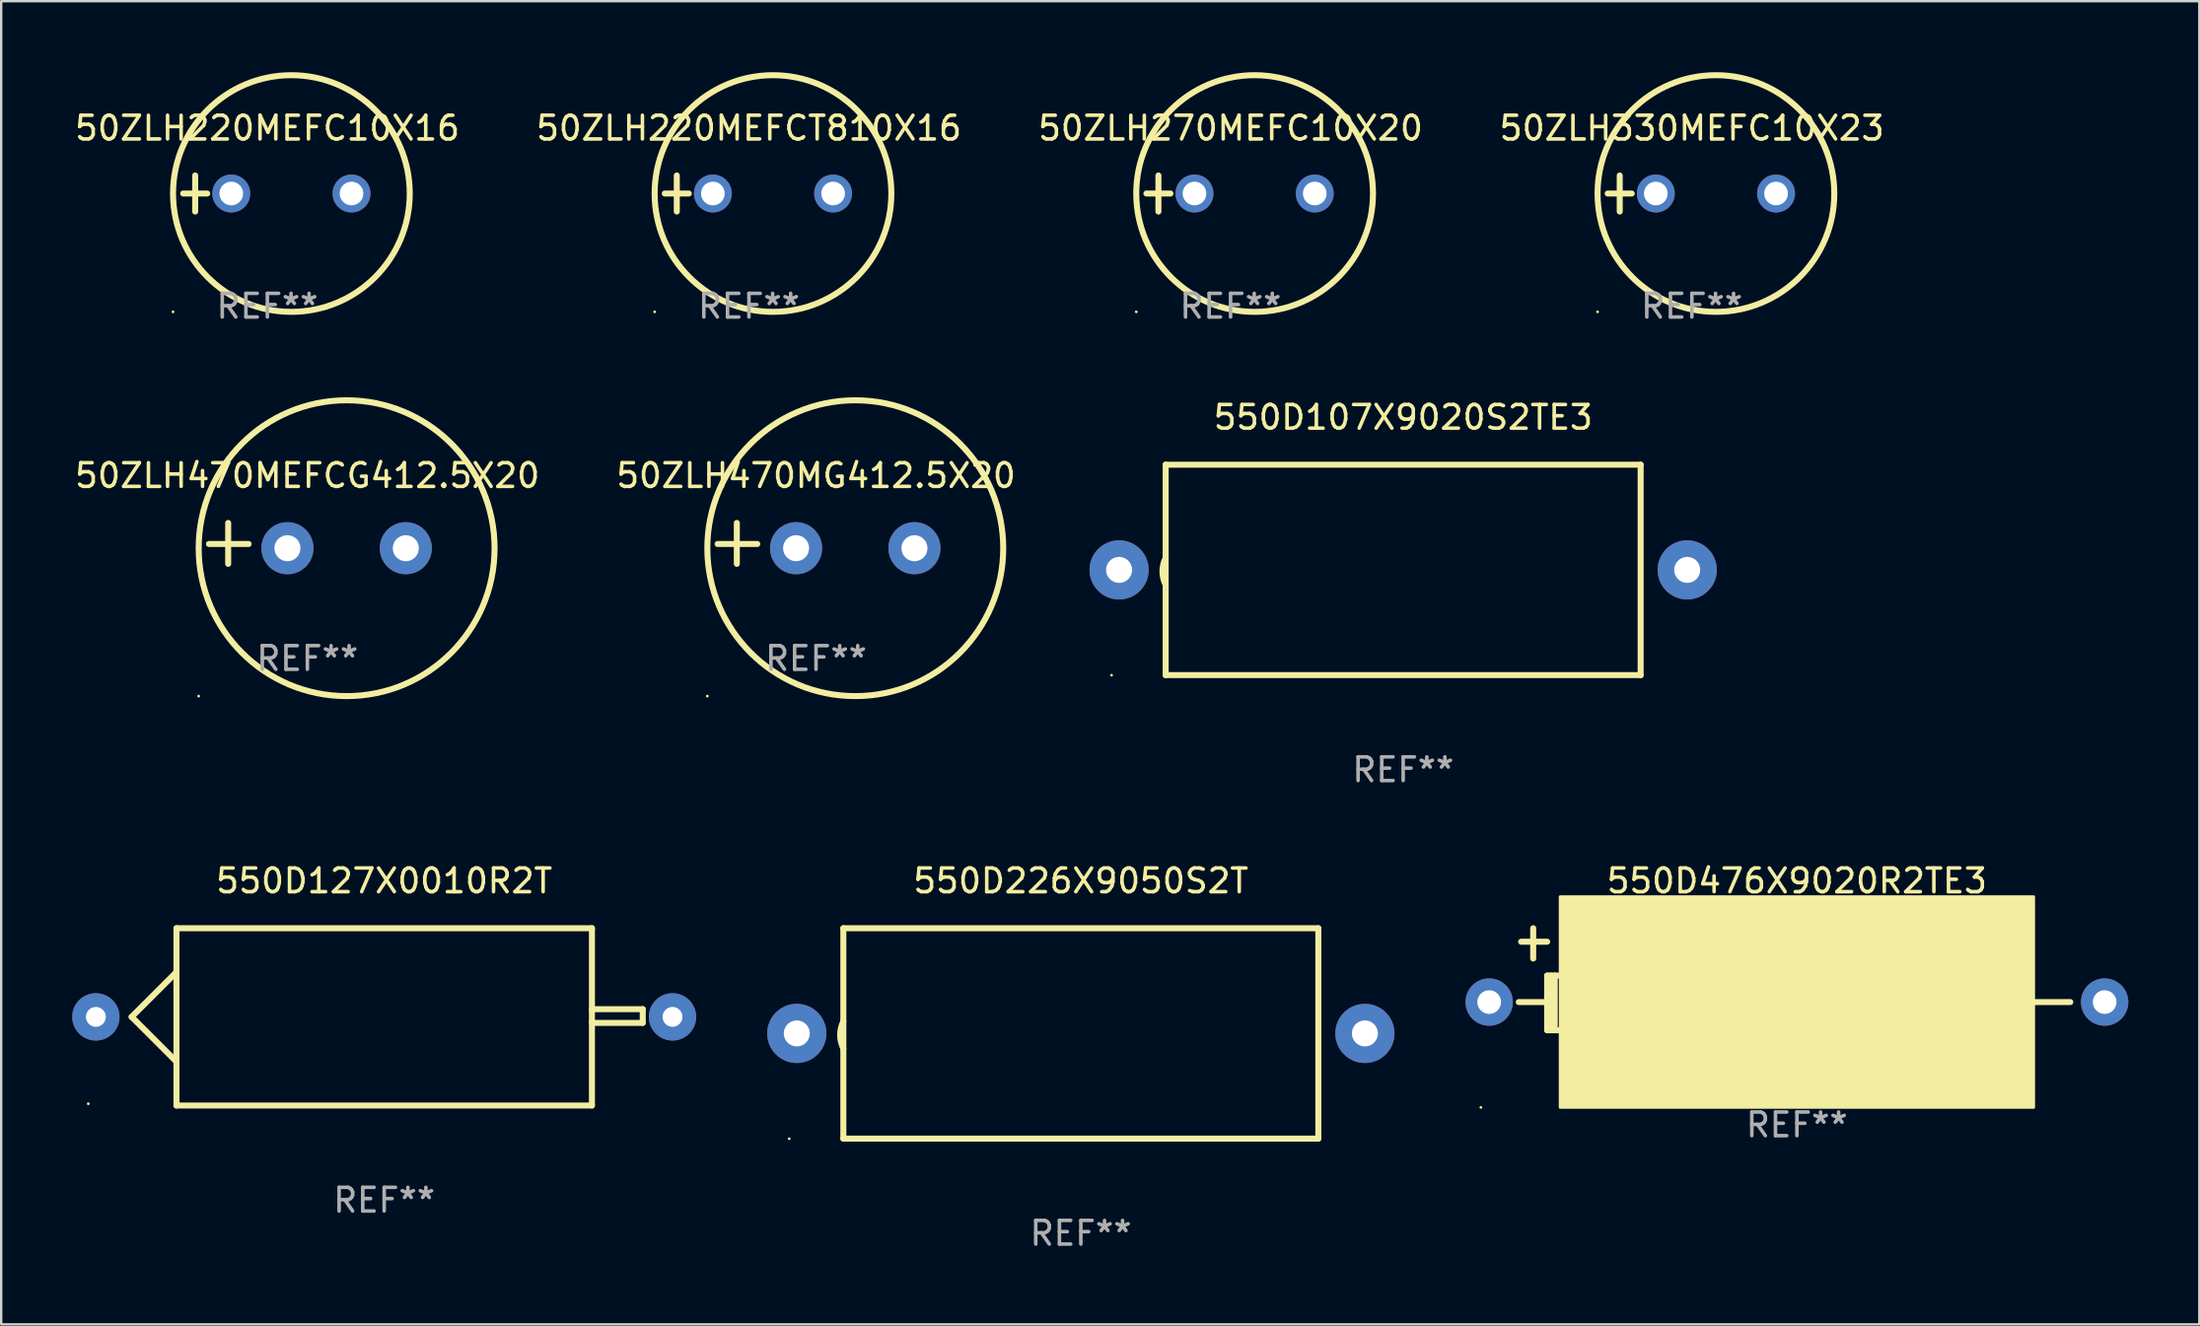
<source format=kicad_pcb>
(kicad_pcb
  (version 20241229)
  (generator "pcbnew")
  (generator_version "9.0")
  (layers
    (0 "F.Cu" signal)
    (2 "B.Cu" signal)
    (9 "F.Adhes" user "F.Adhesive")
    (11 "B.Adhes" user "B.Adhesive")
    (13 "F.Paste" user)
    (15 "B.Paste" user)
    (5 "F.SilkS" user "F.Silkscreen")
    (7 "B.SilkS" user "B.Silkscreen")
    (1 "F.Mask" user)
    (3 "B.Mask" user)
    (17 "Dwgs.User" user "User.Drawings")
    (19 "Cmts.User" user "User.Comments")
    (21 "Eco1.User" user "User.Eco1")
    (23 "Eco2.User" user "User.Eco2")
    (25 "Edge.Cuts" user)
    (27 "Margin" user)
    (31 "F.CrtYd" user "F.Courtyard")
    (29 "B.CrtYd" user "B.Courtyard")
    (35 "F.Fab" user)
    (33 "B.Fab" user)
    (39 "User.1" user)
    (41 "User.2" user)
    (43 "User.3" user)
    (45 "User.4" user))
  (footprint "50ZLH470MEFCG412.5X20"
    (layer "F.Cu")
    (at 9.935 19.911)
    (property "Reference" "50ZLH470MEFCG412.5X20" (at 0 -2.864 0) (layer "F.SilkS") (effects (font (size 1 1) (thickness 0.15))))
    (attr through_hole)
    (fp_line (start -3.346 0.864) (end -3.346 -0.864) (stroke (width 0.254) (type solid)) (layer "F.SilkS"))
    (fp_line (start -2.482 0.025) (end -4.158 0.025) (stroke (width 0.254) (type solid)) (layer "F.SilkS"))
    (fp_circle (center -4.592 6.453) (end -4.562 6.453) (stroke (width 0.06) (type solid)) (fill no) (layer "F.SilkS"))
    (fp_circle (center 1.658 0.203) (end 7.908 0.203) (stroke (width 0.254) (type solid)) (fill no) (layer "F.SilkS"))
    (fp_text user "REF**" (at 0 4.864 0) (layer "F.Fab") (effects (font (size 1 1) (thickness 0.15))))
    (pad "1" thru_hole circle (at -0.842 0.203) (size 2.2 2.2) (drill 1.1) (layers "*.Cu" "*.Mask"))
    (pad "2" thru_hole circle (at 4.158 0.203) (size 2.2 2.2) (drill 1.1) (layers "*.Cu" "*.Mask")))
  (footprint "50ZLH220MEFC10X16"
    (layer "F.Cu")
    (at 8.244 5.127)
    (property "Reference" "50ZLH220MEFC10X16" (at 0 -2.762 0) (layer "F.SilkS") (effects (font (size 1 1) (thickness 0.15))))
    (attr through_hole)
    (fp_line (start -3.556 0) (end -2.54 0) (stroke (width 0.254) (type solid)) (layer "F.SilkS"))
    (fp_line (start -3.048 -0.762) (end -3.048 0.762) (stroke (width 0.254) (type solid)) (layer "F.SilkS"))
    (fp_circle (center -3.984 5) (end -3.954 5) (stroke (width 0.06) (type solid)) (fill no) (layer "F.SilkS"))
    (fp_circle (center 1.016 0) (end 6.016 0) (stroke (width 0.254) (type solid)) (fill no) (layer "F.SilkS"))
    (fp_text user "REF**" (at 0 4.762 0) (layer "F.Fab") (effects (font (size 1 1) (thickness 0.15))))
    (pad "1" thru_hole circle (at -1.524 0) (size 1.6 1.6) (drill 1) (layers "*.Cu" "*.Mask"))
    (pad "2" thru_hole circle (at 3.556 0) (size 1.6 1.6) (drill 1) (layers "*.Cu" "*.Mask")))
  (footprint "50ZLH220MEFCT810X16"
    (layer "F.Cu")
    (at 28.589 5.127)
    (property "Reference" "50ZLH220MEFCT810X16" (at 0 -2.762 0) (layer "F.SilkS") (effects (font (size 1 1) (thickness 0.15))))
    (attr through_hole)
    (fp_line (start -3.556 0) (end -2.54 0) (stroke (width 0.254) (type solid)) (layer "F.SilkS"))
    (fp_line (start -3.048 -0.762) (end -3.048 0.762) (stroke (width 0.254) (type solid)) (layer "F.SilkS"))
    (fp_circle (center -3.984 5) (end -3.954 5) (stroke (width 0.06) (type solid)) (fill no) (layer "F.SilkS"))
    (fp_circle (center 1.016 0) (end 6.016 0) (stroke (width 0.254) (type solid)) (fill no) (layer "F.SilkS"))
    (fp_text user "REF**" (at 0 4.762 0) (layer "F.Fab") (effects (font (size 1 1) (thickness 0.15))))
    (pad "1" thru_hole circle (at -1.524 0) (size 1.6 1.6) (drill 1) (layers "*.Cu" "*.Mask"))
    (pad "2" thru_hole circle (at 3.556 0) (size 1.6 1.6) (drill 1) (layers "*.Cu" "*.Mask")))
  (footprint "550D226X9050S2T"
    (layer "F.Cu")
    (at 42.61 40.617)
    (property "Reference" "550D226X9050S2T" (at 0 -6.445 0) (layer "F.SilkS") (effects (font (size 1 1) (thickness 0.15))))
    (attr through_hole)
    (fp_line (start -10.033 -4.445) (end -10.033 4.445) (stroke (width 0.254) (type solid)) (layer "F.SilkS"))
    (fp_line (start -10.033 4.445) (end 10.033 4.445) (stroke (width 0.254) (type solid)) (layer "F.SilkS"))
    (fp_line (start 10.033 -4.445) (end -10.033 -4.445) (stroke (width 0.254) (type solid)) (layer "F.SilkS"))
    (fp_line (start 10.033 4.445) (end 10.033 -4.445) (stroke (width 0.254) (type solid)) (layer "F.SilkS"))
    (fp_arc (start -10.03302 0.635001) (mid -10.167933 0.0635) (end -10.03302 -0.508001) (stroke (width 0.254001) (type solid)) (layer "F.SilkS"))
    (fp_circle (center -12.32 4.45) (end -12.29 4.45) (stroke (width 0.06) (type solid)) (fill no) (layer "F.SilkS"))
    (fp_text user "REF**" (at 0 8.445 0) (layer "F.Fab") (effects (font (size 1 1) (thickness 0.15))))
    (pad "1" thru_hole circle (at -12 0) (size 2.5 2.5) (drill 1.1) (layers "*.Cu" "*.Mask"))
    (pad "2" thru_hole circle (at 12 0) (size 2.5 2.5) (drill 1.1) (layers "*.Cu" "*.Mask")))
  (footprint "550D107X9020S2TE3"
    (layer "F.Cu")
    (at 56.226 21.031)
    (property "Reference" "550D107X9020S2TE3" (at 0 -6.445 0) (layer "F.SilkS") (effects (font (size 1 1) (thickness 0.15))))
    (attr through_hole)
    (fp_line (start -10.033 -4.445) (end -10.033 4.445) (stroke (width 0.254) (type solid)) (layer "F.SilkS"))
    (fp_line (start -10.033 4.445) (end 10.033 4.445) (stroke (width 0.254) (type solid)) (layer "F.SilkS"))
    (fp_line (start 10.033 -4.445) (end -10.033 -4.445) (stroke (width 0.254) (type solid)) (layer "F.SilkS"))
    (fp_line (start 10.033 4.445) (end 10.033 -4.445) (stroke (width 0.254) (type solid)) (layer "F.SilkS"))
    (fp_arc (start -10.03302 0.635001) (mid -10.167933 0.0635) (end -10.03302 -0.508001) (stroke (width 0.254001) (type solid)) (layer "F.SilkS"))
    (fp_circle (center -12.32 4.45) (end -12.29 4.45) (stroke (width 0.06) (type solid)) (fill no) (layer "F.SilkS"))
    (fp_text user "REF**" (at 0 8.445 0) (layer "F.Fab") (effects (font (size 1 1) (thickness 0.15))))
    (pad "1" thru_hole circle (at -12 0) (size 2.5 2.5) (drill 1.1) (layers "*.Cu" "*.Mask"))
    (pad "2" thru_hole circle (at 12 0) (size 2.5 2.5) (drill 1.1) (layers "*.Cu" "*.Mask")))
  (footprint "550D127X0010R2T"
    (layer "F.Cu")
    (at 13.18 39.918)
    (property "Reference" "550D127X0010R2T" (at 0 -5.746 0) (layer "F.SilkS") (effects (font (size 1 1) (thickness 0.15))))
    (attr through_hole)
    (fp_line (start -10.668 0) (end -8.776 1.892) (stroke (width 0.254) (type solid)) (layer "F.SilkS"))
    (fp_line (start -8.821 -1.847) (end -10.668 0) (stroke (width 0.254) (type solid)) (layer "F.SilkS"))
    (fp_line (start -8.776 -1.847) (end -8.821 -1.847) (stroke (width 0.254) (type solid)) (layer "F.SilkS"))
    (fp_line (start -8.776 1.892) (end -8.776 1.943) (stroke (width 0.254) (type solid)) (layer "F.SilkS"))
    (fp_line (start -8.776 -3.746) (end 8.776 -3.746) (stroke (width 0.254) (type solid)) (layer "F.SilkS"))
    (fp_line (start -8.776 3.746) (end -8.776 -3.746) (stroke (width 0.254) (type solid)) (layer "F.SilkS"))
    (fp_line (start 8.776 -3.746) (end 8.776 3.746) (stroke (width 0.254) (type solid)) (layer "F.SilkS"))
    (fp_line (start 8.776 -0.325) (end 10.922 -0.325) (stroke (width 0.254) (type solid)) (layer "F.SilkS"))
    (fp_line (start 8.776 3.746) (end -8.776 3.746) (stroke (width 0.254) (type solid)) (layer "F.SilkS"))
    (fp_line (start 8.831 0.254) (end 8.776 0.199) (stroke (width 0.254) (type solid)) (layer "F.SilkS"))
    (fp_line (start 10.922 -0.325) (end 10.922 0.254) (stroke (width 0.254) (type solid)) (layer "F.SilkS"))
    (fp_line (start 10.922 0.254) (end 8.831 0.254) (stroke (width 0.254) (type solid)) (layer "F.SilkS"))
    (fp_circle (center -12.5 3.67) (end -12.47 3.67) (stroke (width 0.06) (type solid)) (fill no) (layer "F.SilkS"))
    (fp_text user "+" (at -8.323 0.924 0) (layer "B.Mask") (effects (font (size 1 1) (thickness 0.15))))
    (fp_text user "REF**" (at 0 7.746 0) (layer "F.Fab") (effects (font (size 1 1) (thickness 0.15))))
    (pad "1" thru_hole circle (at -12.18 0) (size 2 2) (drill 0.84) (layers "*.Cu" "*.Mask"))
    (pad "2" thru_hole circle (at 12.18 0) (size 2 2) (drill 0.84) (layers "*.Cu" "*.Mask")))
  (footprint "550D476X9020R2TE3"
    (layer "F.Cu")
    (at 72.86 38.327)
    (property "Reference" "550D476X9020R2TE3" (at 0 -4.155 0) (layer "F.SilkS") (effects (font (size 1 1) (thickness 0.15))))
    (attr through_hole)
    (fp_line (start -11.65 -1.585) (end -10.55 -1.585) (stroke (width 0.254) (type solid)) (layer "F.SilkS"))
    (fp_line (start -11.14 -2.155) (end -11.14 -0.875) (stroke (width 0.254) (type solid)) (layer "F.SilkS"))
    (fp_line (start -10.7 0.965) (end -11.75 0.965) (stroke (width 0.254) (type solid)) (layer "F.SilkS"))
    (fp_line (start -10.55 -0.155) (end -10.55 2.155) (stroke (width 0.254) (type solid)) (layer "F.SilkS"))
    (fp_line (start -10.55 2.155) (end -10.08 2.155) (stroke (width 0.254) (type solid)) (layer "F.SilkS"))
    (fp_line (start -10.396 -0.155) (end -10.396 2.155) (stroke (width 0.254) (type solid)) (layer "F.SilkS"))
    (fp_line (start -10.231 -0.155) (end -10.231 1.985) (stroke (width 0.254) (type solid)) (layer "F.SilkS"))
    (fp_line (start -10.08 -0.155) (end -10.55 -0.155) (stroke (width 0.254) (type solid)) (layer "F.SilkS"))
    (fp_line (start 10 0.965) (end 11.55 0.965) (stroke (width 0.254) (type solid)) (layer "F.SilkS"))
    (fp_circle (center -13.35 5.415) (end -13.32 5.415) (stroke (width 0.06) (type solid)) (fill no) (layer "F.SilkS"))
    (fp_poly (pts (xy -10 -3.485) (xy 10 -3.485) (xy 10 5.415) (xy -10 5.415)) (stroke (width 0.12) (type solid)) (fill yes) (layer "F.SilkS"))
    (fp_text user "REF**" (at 0 6.155 0) (layer "F.Fab") (effects (font (size 1 1) (thickness 0.15))))
    (pad "1" thru_hole circle (at -13 0.965) (size 2 2) (drill 1) (layers "*.Cu" "*.Mask"))
    (pad "2" thru_hole circle (at 13 0.965) (size 2 2) (drill 1) (layers "*.Cu" "*.Mask")))
  (footprint "50ZLH330MEFC10X23"
    (layer "F.Cu")
    (at 68.423 5.127)
    (property "Reference" "50ZLH330MEFC10X23" (at 0 -2.762 0) (layer "F.SilkS") (effects (font (size 1 1) (thickness 0.15))))
    (attr through_hole)
    (fp_line (start -3.556 0) (end -2.54 0) (stroke (width 0.254) (type solid)) (layer "F.SilkS"))
    (fp_line (start -3.048 -0.762) (end -3.048 0.762) (stroke (width 0.254) (type solid)) (layer "F.SilkS"))
    (fp_circle (center -3.984 5) (end -3.954 5) (stroke (width 0.06) (type solid)) (fill no) (layer "F.SilkS"))
    (fp_circle (center 1.016 0) (end 6.016 0) (stroke (width 0.254) (type solid)) (fill no) (layer "F.SilkS"))
    (fp_text user "REF**" (at 0 4.762 0) (layer "F.Fab") (effects (font (size 1 1) (thickness 0.15))))
    (pad "1" thru_hole circle (at -1.524 0) (size 1.6 1.6) (drill 1) (layers "*.Cu" "*.Mask"))
    (pad "2" thru_hole circle (at 3.556 0) (size 1.6 1.6) (drill 1) (layers "*.Cu" "*.Mask")))
  (footprint "50ZLH470MG412.5X20"
    (layer "F.Cu")
    (at 31.423 19.911)
    (property "Reference" "50ZLH470MG412.5X20" (at 0 -2.864 0) (layer "F.SilkS") (effects (font (size 1 1) (thickness 0.15))))
    (attr through_hole)
    (fp_line (start -3.346 0.864) (end -3.346 -0.864) (stroke (width 0.254) (type solid)) (layer "F.SilkS"))
    (fp_line (start -2.482 0.025) (end -4.158 0.025) (stroke (width 0.254) (type solid)) (layer "F.SilkS"))
    (fp_circle (center -4.592 6.453) (end -4.562 6.453) (stroke (width 0.06) (type solid)) (fill no) (layer "F.SilkS"))
    (fp_circle (center 1.658 0.203) (end 7.908 0.203) (stroke (width 0.254) (type solid)) (fill no) (layer "F.SilkS"))
    (fp_text user "REF**" (at 0 4.864 0) (layer "F.Fab") (effects (font (size 1 1) (thickness 0.15))))
    (pad "1" thru_hole circle (at -0.842 0.203) (size 2.2 2.2) (drill 1.1) (layers "*.Cu" "*.Mask"))
    (pad "2" thru_hole circle (at 4.158 0.203) (size 2.2 2.2) (drill 1.1) (layers "*.Cu" "*.Mask")))
  (footprint "50ZLH270MEFC10X20"
    (layer "F.Cu")
    (at 48.935 5.127)
    (property "Reference" "50ZLH270MEFC10X20" (at 0 -2.762 0) (layer "F.SilkS") (effects (font (size 1 1) (thickness 0.15))))
    (attr through_hole)
    (fp_line (start -3.556 0) (end -2.54 0) (stroke (width 0.254) (type solid)) (layer "F.SilkS"))
    (fp_line (start -3.048 -0.762) (end -3.048 0.762) (stroke (width 0.254) (type solid)) (layer "F.SilkS"))
    (fp_circle (center -3.984 5) (end -3.954 5) (stroke (width 0.06) (type solid)) (fill no) (layer "F.SilkS"))
    (fp_circle (center 1.016 0) (end 6.016 0) (stroke (width 0.254) (type solid)) (fill no) (layer "F.SilkS"))
    (fp_text user "REF**" (at 0 4.762 0) (layer "F.Fab") (effects (font (size 1 1) (thickness 0.15))))
    (pad "1" thru_hole circle (at -1.524 0) (size 1.6 1.6) (drill 1) (layers "*.Cu" "*.Mask"))
    (pad "2" thru_hole circle (at 3.556 0) (size 1.6 1.6) (drill 1) (layers "*.Cu" "*.Mask")))
  (gr_rect
    (start -3 -3)
    (end 89.86 52.91)
    (stroke (width 0.1) (type default))
    (fill no)
    (layer "Edge.Cuts")))
</source>
